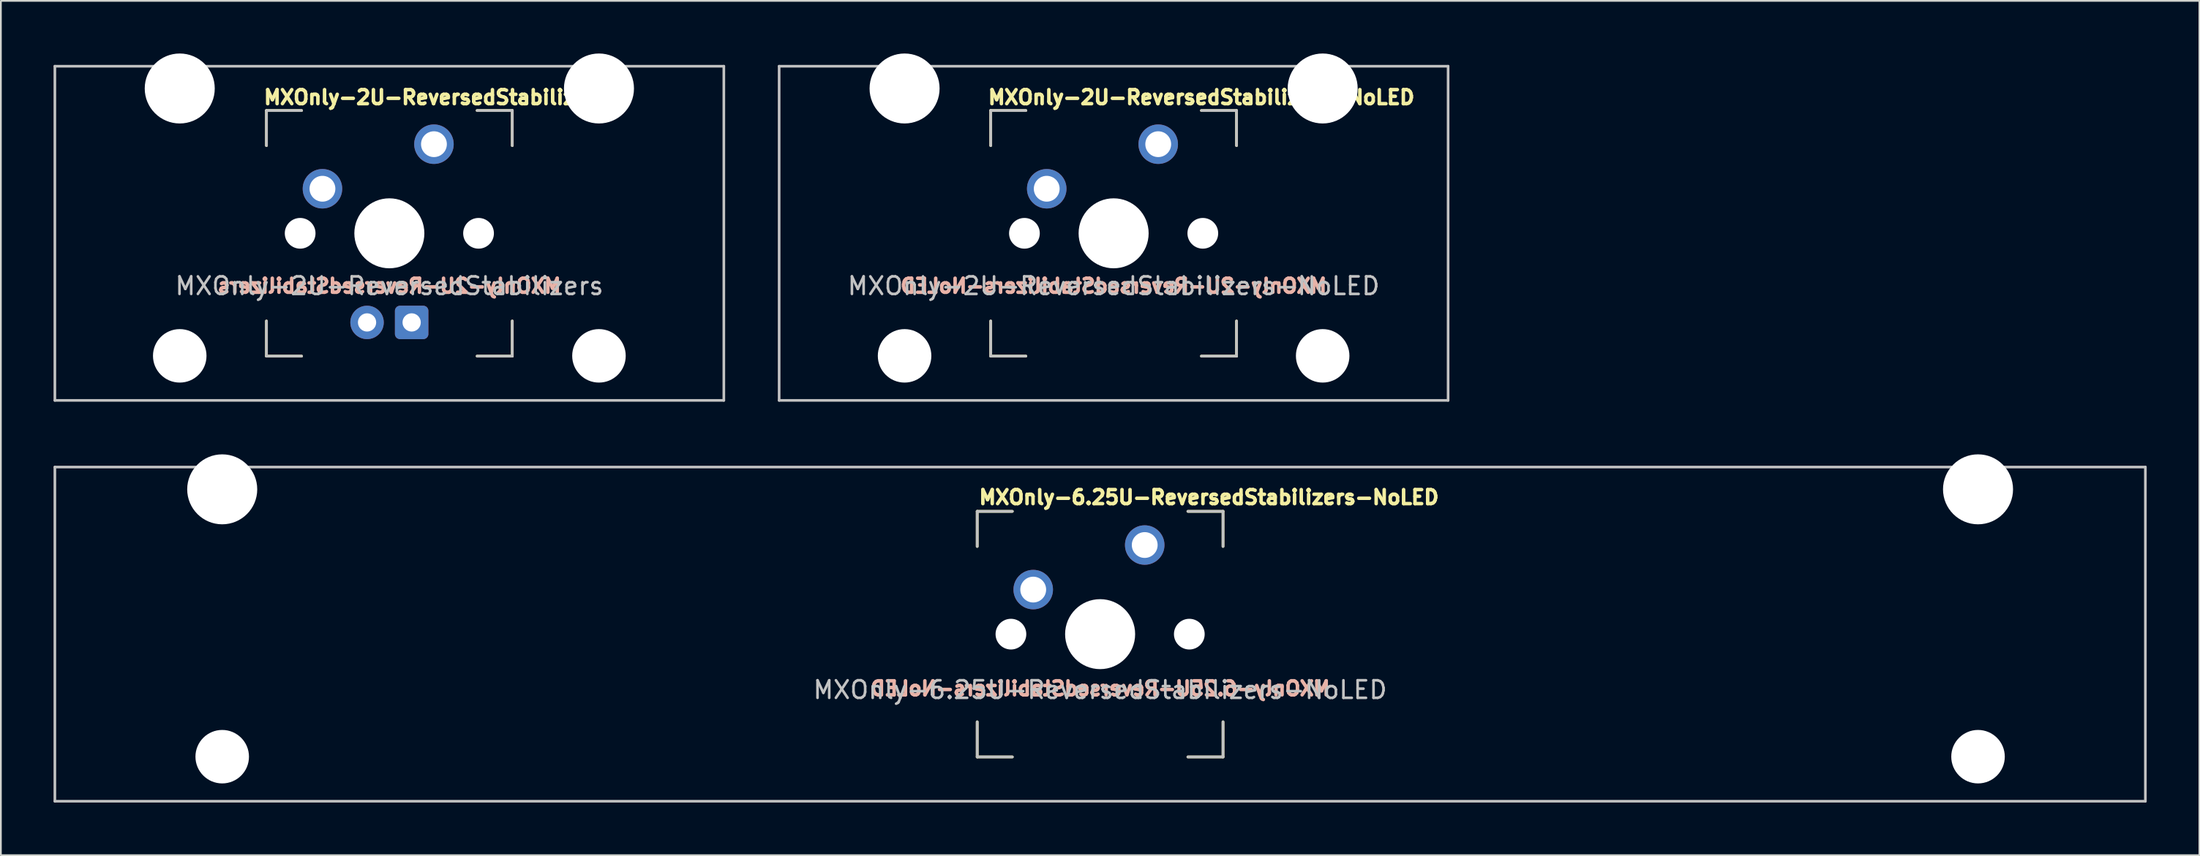
<source format=kicad_pcb>
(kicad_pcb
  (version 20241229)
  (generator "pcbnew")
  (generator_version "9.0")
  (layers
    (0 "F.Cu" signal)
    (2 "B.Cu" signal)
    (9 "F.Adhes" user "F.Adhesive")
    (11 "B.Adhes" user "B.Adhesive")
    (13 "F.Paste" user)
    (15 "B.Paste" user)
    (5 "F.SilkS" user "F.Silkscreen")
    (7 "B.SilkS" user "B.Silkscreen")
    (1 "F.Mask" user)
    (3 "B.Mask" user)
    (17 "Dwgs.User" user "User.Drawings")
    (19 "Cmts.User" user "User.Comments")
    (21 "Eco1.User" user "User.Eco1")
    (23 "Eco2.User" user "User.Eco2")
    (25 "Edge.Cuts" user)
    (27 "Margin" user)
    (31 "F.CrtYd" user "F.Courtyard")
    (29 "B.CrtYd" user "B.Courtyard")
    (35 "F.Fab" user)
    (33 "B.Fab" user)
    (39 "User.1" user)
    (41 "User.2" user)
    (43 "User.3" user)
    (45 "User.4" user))
  (footprint "MXOnly-6.25U-ReversedStabilizers-NoLED"
    (layer "F.Cu")
    (at 59.606 33.098)
    (property "Reference" "MXOnly-6.25U-ReversedStabilizers-NoLED" (at 0 3.175 0) (layer "Dwgs.User") (effects (font (size 1 1) (thickness 0.15))))
    (attr through_hole)
    (fp_line (start -7 -7) (end -5 -7) (stroke (width 0.16) (type solid)) (layer "F.SilkS"))
    (fp_line (start -7 -5) (end -7 -7) (stroke (width 0.16) (type solid)) (layer "F.SilkS"))
    (fp_line (start -7 7) (end -7 5) (stroke (width 0.16) (type solid)) (layer "F.SilkS"))
    (fp_line (start -5 7) (end -7 7) (stroke (width 0.16) (type solid)) (layer "F.SilkS"))
    (fp_line (start 5 -7) (end 7 -7) (stroke (width 0.16) (type solid)) (layer "F.SilkS"))
    (fp_line (start 7 -7) (end 7 -5) (stroke (width 0.16) (type solid)) (layer "F.SilkS"))
    (fp_line (start 7 5) (end 7 7) (stroke (width 0.16) (type solid)) (layer "F.SilkS"))
    (fp_line (start 7 7) (end 5 7) (stroke (width 0.16) (type solid)) (layer "F.SilkS"))
    (fp_line (start -59.531 -9.525) (end 59.531 -9.525) (stroke (width 0.15) (type solid)) (layer "Dwgs.User"))
    (fp_line (start -59.531 9.525) (end -59.531 -9.525) (stroke (width 0.15) (type solid)) (layer "Dwgs.User"))
    (fp_line (start -59.531 9.525) (end 59.531 9.525) (stroke (width 0.15) (type solid)) (layer "Dwgs.User"))
    (fp_line (start -7 -7) (end -7 -5) (stroke (width 0.15) (type solid)) (layer "Dwgs.User"))
    (fp_line (start -7 5) (end -7 7) (stroke (width 0.15) (type solid)) (layer "Dwgs.User"))
    (fp_line (start -7 7) (end -5 7) (stroke (width 0.15) (type solid)) (layer "Dwgs.User"))
    (fp_line (start -5 -7) (end -7 -7) (stroke (width 0.15) (type solid)) (layer "Dwgs.User"))
    (fp_line (start 5 -7) (end 7 -7) (stroke (width 0.15) (type solid)) (layer "Dwgs.User"))
    (fp_line (start 5 7) (end 7 7) (stroke (width 0.15) (type solid)) (layer "Dwgs.User"))
    (fp_line (start 7 -7) (end 7 -5) (stroke (width 0.15) (type solid)) (layer "Dwgs.User"))
    (fp_line (start 7 7) (end 7 5) (stroke (width 0.15) (type solid)) (layer "Dwgs.User"))
    (fp_line (start 59.531 -9.525) (end 59.531 9.525) (stroke (width 0.15) (type solid)) (layer "Dwgs.User"))
    (fp_text user "${REFERENCE}" (at -7 -7.8 0) (layer "F.SilkS") (effects (font (size 0.8 0.8) (thickness 0.2)) (justify left)))
    (fp_text user "${REFERENCE}" (at 0 3.1 0) (layer "B.SilkS") (effects (font (size 0.8 0.8) (thickness 0.2)) (justify mirror)))
    (pad "" np_thru_hole circle (at -50 -8.255) (size 3.988 3.988) (drill 3.988) (layers "*.Cu" "*.Mask"))
    (pad "" np_thru_hole circle (at -50 6.985) (size 3.048 3.048) (drill 3.048) (layers "*.Cu" "*.Mask"))
    (pad "" np_thru_hole circle (at -5.08 0 48.1) (size 1.75 1.75) (drill 1.75) (layers "*.Cu" "*.Mask"))
    (pad "" np_thru_hole circle (at 0 0) (size 3.988 3.988) (drill 3.988) (layers "*.Cu" "*.Mask"))
    (pad "" np_thru_hole circle (at 5.08 0 48.1) (size 1.75 1.75) (drill 1.75) (layers "*.Cu" "*.Mask"))
    (pad "" np_thru_hole circle (at 50 -8.255) (size 3.988 3.988) (drill 3.988) (layers "*.Cu" "*.Mask"))
    (pad "" np_thru_hole circle (at 50 6.985) (size 3.048 3.048) (drill 3.048) (layers "*.Cu" "*.Mask"))
    (pad "1" thru_hole circle (at -3.81 -2.54) (size 2.25 2.25) (drill 1.47) (layers "*.Cu" "B.Mask"))
    (pad "2" thru_hole circle (at 2.54 -5.08) (size 2.25 2.25) (drill 1.47) (layers "*.Cu" "B.Mask")))
  (footprint "MXOnly-2U-ReversedStabilizers-NoLED"
    (layer "F.Cu")
    (at 60.375 10.249)
    (property "Reference" "MXOnly-2U-ReversedStabilizers-NoLED" (at 0 3 0) (layer "Dwgs.User") (effects (font (size 1 1) (thickness 0.15))))
    (attr through_hole)
    (fp_line (start -7 -7) (end -5 -7) (stroke (width 0.16) (type solid)) (layer "F.SilkS"))
    (fp_line (start -7 -5) (end -7 -7) (stroke (width 0.16) (type solid)) (layer "F.SilkS"))
    (fp_line (start -7 7) (end -7 5) (stroke (width 0.16) (type solid)) (layer "F.SilkS"))
    (fp_line (start -5 7) (end -7 7) (stroke (width 0.16) (type solid)) (layer "F.SilkS"))
    (fp_line (start 5 -7) (end 7 -7) (stroke (width 0.16) (type solid)) (layer "F.SilkS"))
    (fp_line (start 7 -7) (end 7 -5) (stroke (width 0.16) (type solid)) (layer "F.SilkS"))
    (fp_line (start 7 5) (end 7 7) (stroke (width 0.16) (type solid)) (layer "F.SilkS"))
    (fp_line (start 7 7) (end 5 7) (stroke (width 0.16) (type solid)) (layer "F.SilkS"))
    (fp_line (start -19.05 -9.525) (end 19.05 -9.525) (stroke (width 0.15) (type solid)) (layer "Dwgs.User"))
    (fp_line (start -19.05 9.525) (end -19.05 -9.525) (stroke (width 0.15) (type solid)) (layer "Dwgs.User"))
    (fp_line (start -19.05 9.525) (end 19.05 9.525) (stroke (width 0.15) (type solid)) (layer "Dwgs.User"))
    (fp_line (start -7 -7) (end -7 -5) (stroke (width 0.15) (type solid)) (layer "Dwgs.User"))
    (fp_line (start -7 5) (end -7 7) (stroke (width 0.15) (type solid)) (layer "Dwgs.User"))
    (fp_line (start -7 7) (end -5 7) (stroke (width 0.15) (type solid)) (layer "Dwgs.User"))
    (fp_line (start -5 -7) (end -7 -7) (stroke (width 0.15) (type solid)) (layer "Dwgs.User"))
    (fp_line (start 5 -7) (end 7 -7) (stroke (width 0.15) (type solid)) (layer "Dwgs.User"))
    (fp_line (start 5 7) (end 7 7) (stroke (width 0.15) (type solid)) (layer "Dwgs.User"))
    (fp_line (start 7 -7) (end 7 -5) (stroke (width 0.15) (type solid)) (layer "Dwgs.User"))
    (fp_line (start 7 7) (end 7 5) (stroke (width 0.15) (type solid)) (layer "Dwgs.User"))
    (fp_line (start 19.05 -9.525) (end 19.05 9.525) (stroke (width 0.15) (type solid)) (layer "Dwgs.User"))
    (fp_text user "${REFERENCE}" (at -7.25 -7.75 0) (layer "F.SilkS") (effects (font (size 0.8 0.8) (thickness 0.2)) (justify left)))
    (fp_text user "${REFERENCE}" (at 0 3 0) (layer "B.SilkS") (effects (font (size 0.8 0.8) (thickness 0.2)) (justify mirror)))
    (pad "" np_thru_hole circle (at -11.906 -8.255) (size 3.988 3.988) (drill 3.988) (layers "*.Cu" "*.Mask"))
    (pad "" np_thru_hole circle (at -11.906 6.985) (size 3.048 3.048) (drill 3.048) (layers "*.Cu" "*.Mask"))
    (pad "" np_thru_hole circle (at -5.08 0 48.1) (size 1.75 1.75) (drill 1.75) (layers "*.Cu" "*.Mask"))
    (pad "" np_thru_hole circle (at 0 0) (size 3.988 3.988) (drill 3.988) (layers "*.Cu" "*.Mask"))
    (pad "" np_thru_hole circle (at 5.08 0 48.1) (size 1.75 1.75) (drill 1.75) (layers "*.Cu" "*.Mask"))
    (pad "" np_thru_hole circle (at 11.906 -8.255) (size 3.988 3.988) (drill 3.988) (layers "*.Cu" "*.Mask"))
    (pad "" np_thru_hole circle (at 11.906 6.985) (size 3.048 3.048) (drill 3.048) (layers "*.Cu" "*.Mask"))
    (pad "1" thru_hole circle (at -3.81 -2.54) (size 2.25 2.25) (drill 1.47) (layers "*.Cu" "B.Mask"))
    (pad "2" thru_hole circle (at 2.54 -5.08) (size 2.25 2.25) (drill 1.47) (layers "*.Cu" "B.Mask")))
  (footprint "MXOnly-2U-ReversedStabilizers"
    (layer "F.Cu")
    (at 19.125 10.249)
    (property "Reference" "MXOnly-2U-ReversedStabilizers" (at 0 3 0) (layer "Dwgs.User") (effects (font (size 1 1) (thickness 0.15))))
    (attr through_hole)
    (fp_line (start -7 -7) (end -7 -5) (stroke (width 0.16) (type solid)) (layer "F.SilkS"))
    (fp_line (start -7 5) (end -7 7) (stroke (width 0.16) (type solid)) (layer "F.SilkS"))
    (fp_line (start -7 7) (end -5 7) (stroke (width 0.16) (type solid)) (layer "F.SilkS"))
    (fp_line (start -5 -7) (end -7 -7) (stroke (width 0.16) (type solid)) (layer "F.SilkS"))
    (fp_line (start 5 -7) (end 7 -7) (stroke (width 0.16) (type solid)) (layer "F.SilkS"))
    (fp_line (start 5 7) (end 7 7) (stroke (width 0.16) (type solid)) (layer "F.SilkS"))
    (fp_line (start 7 -7) (end 7 -5) (stroke (width 0.16) (type solid)) (layer "F.SilkS"))
    (fp_line (start 7 7) (end 7 5) (stroke (width 0.16) (type solid)) (layer "F.SilkS"))
    (fp_line (start -19.05 -9.525) (end 19.05 -9.525) (stroke (width 0.15) (type solid)) (layer "Dwgs.User"))
    (fp_line (start -19.05 9.525) (end -19.05 -9.525) (stroke (width 0.15) (type solid)) (layer "Dwgs.User"))
    (fp_line (start -19.05 9.525) (end 19.05 9.525) (stroke (width 0.15) (type solid)) (layer "Dwgs.User"))
    (fp_line (start -7 -7) (end -7 -5) (stroke (width 0.15) (type solid)) (layer "Dwgs.User"))
    (fp_line (start -7 5) (end -7 7) (stroke (width 0.15) (type solid)) (layer "Dwgs.User"))
    (fp_line (start -7 7) (end -5 7) (stroke (width 0.15) (type solid)) (layer "Dwgs.User"))
    (fp_line (start -5 -7) (end -7 -7) (stroke (width 0.15) (type solid)) (layer "Dwgs.User"))
    (fp_line (start 5 -7) (end 7 -7) (stroke (width 0.15) (type solid)) (layer "Dwgs.User"))
    (fp_line (start 5 7) (end 7 7) (stroke (width 0.15) (type solid)) (layer "Dwgs.User"))
    (fp_line (start 7 -7) (end 7 -5) (stroke (width 0.15) (type solid)) (layer "Dwgs.User"))
    (fp_line (start 7 7) (end 7 5) (stroke (width 0.15) (type solid)) (layer "Dwgs.User"))
    (fp_line (start 19.05 -9.525) (end 19.05 9.525) (stroke (width 0.15) (type solid)) (layer "Dwgs.User"))
    (fp_text user "${REFERENCE}" (at -7.25 -7.75 0) (layer "F.SilkS") (effects (font (size 0.8 0.8) (thickness 0.2)) (justify left)))
    (fp_text user "${REFERENCE}" (at 0 3 0) (layer "B.SilkS") (effects (font (size 0.8 0.8) (thickness 0.2)) (justify mirror)))
    (pad "" np_thru_hole circle (at -11.938 -8.255) (size 3.988 3.988) (drill 3.988) (layers "*.Cu" "*.Mask"))
    (pad "" np_thru_hole circle (at -11.938 6.985) (size 3.048 3.048) (drill 3.048) (layers "*.Cu" "*.Mask"))
    (pad "" np_thru_hole circle (at -5.08 0 48.1) (size 1.75 1.75) (drill 1.75) (layers "*.Cu" "*.Mask"))
    (pad "" np_thru_hole circle (at 0 0) (size 3.988 3.988) (drill 3.988) (layers "*.Cu" "*.Mask"))
    (pad "" np_thru_hole circle (at 5.08 0 48.1) (size 1.75 1.75) (drill 1.75) (layers "*.Cu" "*.Mask"))
    (pad "" np_thru_hole circle (at 11.938 -8.255) (size 3.988 3.988) (drill 3.988) (layers "*.Cu" "*.Mask"))
    (pad "" np_thru_hole circle (at 11.938 6.985) (size 3.048 3.048) (drill 3.048) (layers "*.Cu" "*.Mask"))
    (pad "1" thru_hole circle (at -3.81 -2.54) (size 2.25 2.25) (drill 1.47) (layers "*.Cu" "B.Mask"))
    (pad "2" thru_hole circle (at 2.54 -5.08) (size 2.25 2.25) (drill 1.47) (layers "*.Cu" "B.Mask"))
    (pad "3" thru_hole circle (at -1.27 5.08) (size 1.905 1.905) (drill 1.04) (layers "*.Cu" "B.Mask"))
    (pad "4" thru_hole roundrect (at 1.27 5.08) (size 1.905 1.905) (drill 1.04) (layers "*.Cu" "B.Mask") (roundrect_rratio 0.15)))
  (gr_rect
    (start -3 -3)
    (end 122.213 45.698)
    (stroke (width 0.1) (type default))
    (fill no)
    (layer "Edge.Cuts")))
</source>
